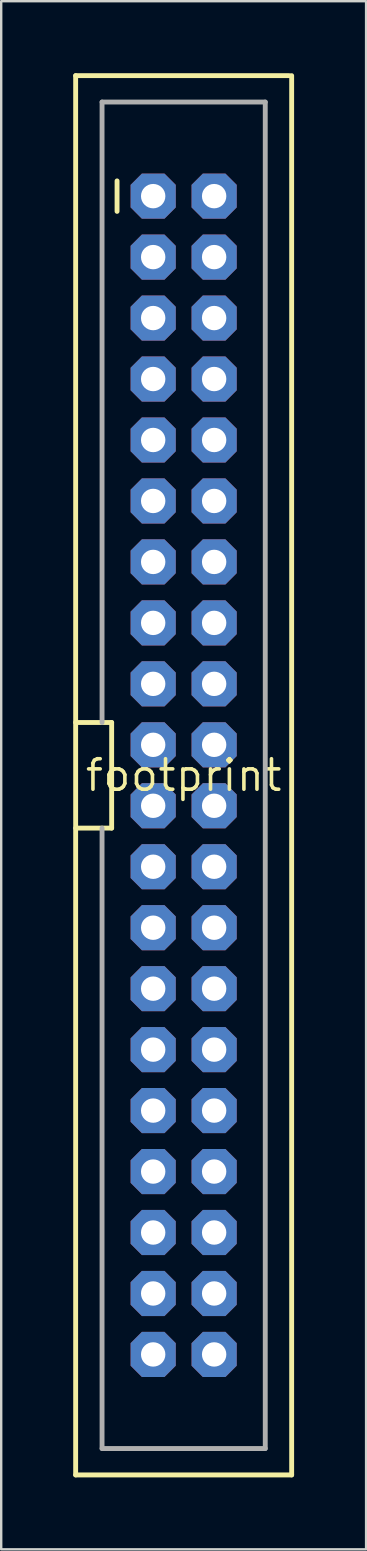
<source format=kicad_pcb>
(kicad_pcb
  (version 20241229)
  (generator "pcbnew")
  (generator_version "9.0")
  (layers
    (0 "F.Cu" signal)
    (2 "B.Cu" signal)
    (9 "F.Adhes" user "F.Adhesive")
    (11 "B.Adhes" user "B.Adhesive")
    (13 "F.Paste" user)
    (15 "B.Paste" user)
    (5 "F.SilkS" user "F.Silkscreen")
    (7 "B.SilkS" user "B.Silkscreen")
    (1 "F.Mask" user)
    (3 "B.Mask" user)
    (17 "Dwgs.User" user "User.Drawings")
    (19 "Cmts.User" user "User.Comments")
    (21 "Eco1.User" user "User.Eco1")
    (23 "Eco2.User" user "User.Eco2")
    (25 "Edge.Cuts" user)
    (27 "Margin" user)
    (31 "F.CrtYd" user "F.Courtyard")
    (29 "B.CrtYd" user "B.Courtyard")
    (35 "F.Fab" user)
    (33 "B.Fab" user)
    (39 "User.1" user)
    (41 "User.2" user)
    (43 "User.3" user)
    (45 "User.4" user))
  (footprint "footprint"
    (layer "F.Cu")
    (at 4.602 29.252)
    (property "Reference" "footprint" (at 0 0 0) (layer "F.SilkS") (effects (font (size 1.27 1.27) (thickness 0.15))))
    (fp_line (start -4.5 -29.15) (end 4.4 -29.15) (stroke (width 0.203) (type solid)) (layer "F.SilkS"))
    (fp_line (start -4.5 -2.2) (end -3 -2.2) (stroke (width 0.203) (type solid)) (layer "F.SilkS"))
    (fp_line (start -4.5 29.15) (end -4.5 -29.15) (stroke (width 0.203) (type solid)) (layer "F.SilkS"))
    (fp_line (start -3 -2.2) (end -3 2.2) (stroke (width 0.203) (type solid)) (layer "F.SilkS"))
    (fp_line (start -3 2.2) (end -4.5 2.2) (stroke (width 0.203) (type solid)) (layer "F.SilkS"))
    (fp_line (start -2.775 -24.765) (end -2.775 -23.495) (stroke (width 0.203) (type solid)) (layer "F.SilkS"))
    (fp_line (start 4.5 -29.15) (end 4.5 29.15) (stroke (width 0.203) (type solid)) (layer "F.SilkS"))
    (fp_line (start 4.5 29.15) (end -4.5 29.15) (stroke (width 0.203) (type solid)) (layer "F.SilkS"))
    (fp_line (start -3.4 -28.05) (end -3.4 -2.2) (stroke (width 0.203) (type solid)) (layer "F.Fab"))
    (fp_line (start -3.4 -28.05) (end 3.4 -28.05) (stroke (width 0.203) (type solid)) (layer "F.Fab"))
    (fp_line (start -3.4 28.05) (end -3.4 2.2) (stroke (width 0.203) (type solid)) (layer "F.Fab"))
    (fp_line (start -3.4 28.05) (end 3.4 28.05) (stroke (width 0.203) (type solid)) (layer "F.Fab"))
    (fp_line (start 3.4 -28.05) (end 3.4 28.05) (stroke (width 0.203) (type solid)) (layer "F.Fab"))
    (fp_poly (pts (xy -1.524 -23.876) (xy -1.016 -23.876) (xy -1.016 -24.384) (xy -1.524 -24.384)) (stroke (width 0.1) (type solid)) (fill no) (layer "F.Fab"))
    (fp_poly (pts (xy -1.524 -21.336) (xy -1.016 -21.336) (xy -1.016 -21.844) (xy -1.524 -21.844)) (stroke (width 0.1) (type solid)) (fill no) (layer "F.Fab"))
    (fp_poly (pts (xy -1.524 -18.796) (xy -1.016 -18.796) (xy -1.016 -19.304) (xy -1.524 -19.304)) (stroke (width 0.1) (type solid)) (fill no) (layer "F.Fab"))
    (fp_poly (pts (xy -1.524 -16.256) (xy -1.016 -16.256) (xy -1.016 -16.764) (xy -1.524 -16.764)) (stroke (width 0.1) (type solid)) (fill no) (layer "F.Fab"))
    (fp_poly (pts (xy -1.524 -16.256) (xy -1.016 -16.256) (xy -1.016 -16.764) (xy -1.524 -16.764)) (stroke (width 0.1) (type solid)) (fill no) (layer "F.Fab"))
    (fp_poly (pts (xy -1.524 -13.716) (xy -1.016 -13.716) (xy -1.016 -14.224) (xy -1.524 -14.224)) (stroke (width 0.1) (type solid)) (fill no) (layer "F.Fab"))
    (fp_poly (pts (xy -1.524 -11.176) (xy -1.016 -11.176) (xy -1.016 -11.684) (xy -1.524 -11.684)) (stroke (width 0.1) (type solid)) (fill no) (layer "F.Fab"))
    (fp_poly (pts (xy -1.524 -8.636) (xy -1.016 -8.636) (xy -1.016 -9.144) (xy -1.524 -9.144)) (stroke (width 0.1) (type solid)) (fill no) (layer "F.Fab"))
    (fp_poly (pts (xy -1.524 -6.096) (xy -1.016 -6.096) (xy -1.016 -6.604) (xy -1.524 -6.604)) (stroke (width 0.1) (type solid)) (fill no) (layer "F.Fab"))
    (fp_poly (pts (xy -1.524 -3.556) (xy -1.016 -3.556) (xy -1.016 -4.064) (xy -1.524 -4.064)) (stroke (width 0.1) (type solid)) (fill no) (layer "F.Fab"))
    (fp_poly (pts (xy -1.524 -3.556) (xy -1.016 -3.556) (xy -1.016 -4.064) (xy -1.524 -4.064)) (stroke (width 0.1) (type solid)) (fill no) (layer "F.Fab"))
    (fp_poly (pts (xy -1.524 -1.016) (xy -1.016 -1.016) (xy -1.016 -1.524) (xy -1.524 -1.524)) (stroke (width 0.1) (type solid)) (fill no) (layer "F.Fab"))
    (fp_poly (pts (xy -1.524 1.524) (xy -1.016 1.524) (xy -1.016 1.016) (xy -1.524 1.016)) (stroke (width 0.1) (type solid)) (fill no) (layer "F.Fab"))
    (fp_poly (pts (xy -1.524 4.064) (xy -1.016 4.064) (xy -1.016 3.556) (xy -1.524 3.556)) (stroke (width 0.1) (type solid)) (fill no) (layer "F.Fab"))
    (fp_poly (pts (xy -1.524 4.064) (xy -1.016 4.064) (xy -1.016 3.556) (xy -1.524 3.556)) (stroke (width 0.1) (type solid)) (fill no) (layer "F.Fab"))
    (fp_poly (pts (xy -1.524 6.604) (xy -1.016 6.604) (xy -1.016 6.096) (xy -1.524 6.096)) (stroke (width 0.1) (type solid)) (fill no) (layer "F.Fab"))
    (fp_poly (pts (xy -1.524 9.144) (xy -1.016 9.144) (xy -1.016 8.636) (xy -1.524 8.636)) (stroke (width 0.1) (type solid)) (fill no) (layer "F.Fab"))
    (fp_poly (pts (xy -1.524 11.684) (xy -1.016 11.684) (xy -1.016 11.176) (xy -1.524 11.176)) (stroke (width 0.1) (type solid)) (fill no) (layer "F.Fab"))
    (fp_poly (pts (xy -1.524 14.224) (xy -1.016 14.224) (xy -1.016 13.716) (xy -1.524 13.716)) (stroke (width 0.1) (type solid)) (fill no) (layer "F.Fab"))
    (fp_poly (pts (xy -1.524 16.764) (xy -1.016 16.764) (xy -1.016 16.256) (xy -1.524 16.256)) (stroke (width 0.1) (type solid)) (fill no) (layer "F.Fab"))
    (fp_poly (pts (xy -1.524 19.304) (xy -1.016 19.304) (xy -1.016 18.796) (xy -1.524 18.796)) (stroke (width 0.1) (type solid)) (fill no) (layer "F.Fab"))
    (fp_poly (pts (xy -1.524 21.844) (xy -1.016 21.844) (xy -1.016 21.336) (xy -1.524 21.336)) (stroke (width 0.1) (type solid)) (fill no) (layer "F.Fab"))
    (fp_poly (pts (xy -1.524 24.384) (xy -1.016 24.384) (xy -1.016 23.876) (xy -1.524 23.876)) (stroke (width 0.1) (type solid)) (fill no) (layer "F.Fab"))
    (fp_poly (pts (xy 1.016 -23.876) (xy 1.524 -23.876) (xy 1.524 -24.384) (xy 1.016 -24.384)) (stroke (width 0.1) (type solid)) (fill no) (layer "F.Fab"))
    (fp_poly (pts (xy 1.016 -21.336) (xy 1.524 -21.336) (xy 1.524 -21.844) (xy 1.016 -21.844)) (stroke (width 0.1) (type solid)) (fill no) (layer "F.Fab"))
    (fp_poly (pts (xy 1.016 -18.796) (xy 1.524 -18.796) (xy 1.524 -19.304) (xy 1.016 -19.304)) (stroke (width 0.1) (type solid)) (fill no) (layer "F.Fab"))
    (fp_poly (pts (xy 1.016 -16.256) (xy 1.524 -16.256) (xy 1.524 -16.764) (xy 1.016 -16.764)) (stroke (width 0.1) (type solid)) (fill no) (layer "F.Fab"))
    (fp_poly (pts (xy 1.016 -16.256) (xy 1.524 -16.256) (xy 1.524 -16.764) (xy 1.016 -16.764)) (stroke (width 0.1) (type solid)) (fill no) (layer "F.Fab"))
    (fp_poly (pts (xy 1.016 -13.716) (xy 1.524 -13.716) (xy 1.524 -14.224) (xy 1.016 -14.224)) (stroke (width 0.1) (type solid)) (fill no) (layer "F.Fab"))
    (fp_poly (pts (xy 1.016 -11.176) (xy 1.524 -11.176) (xy 1.524 -11.684) (xy 1.016 -11.684)) (stroke (width 0.1) (type solid)) (fill no) (layer "F.Fab"))
    (fp_poly (pts (xy 1.016 -8.636) (xy 1.524 -8.636) (xy 1.524 -9.144) (xy 1.016 -9.144)) (stroke (width 0.1) (type solid)) (fill no) (layer "F.Fab"))
    (fp_poly (pts (xy 1.016 -6.096) (xy 1.524 -6.096) (xy 1.524 -6.604) (xy 1.016 -6.604)) (stroke (width 0.1) (type solid)) (fill no) (layer "F.Fab"))
    (fp_poly (pts (xy 1.016 -3.556) (xy 1.524 -3.556) (xy 1.524 -4.064) (xy 1.016 -4.064)) (stroke (width 0.1) (type solid)) (fill no) (layer "F.Fab"))
    (fp_poly (pts (xy 1.016 -3.556) (xy 1.524 -3.556) (xy 1.524 -4.064) (xy 1.016 -4.064)) (stroke (width 0.1) (type solid)) (fill no) (layer "F.Fab"))
    (fp_poly (pts (xy 1.016 -1.016) (xy 1.524 -1.016) (xy 1.524 -1.524) (xy 1.016 -1.524)) (stroke (width 0.1) (type solid)) (fill no) (layer "F.Fab"))
    (fp_poly (pts (xy 1.016 1.524) (xy 1.524 1.524) (xy 1.524 1.016) (xy 1.016 1.016)) (stroke (width 0.1) (type solid)) (fill no) (layer "F.Fab"))
    (fp_poly (pts (xy 1.016 4.064) (xy 1.524 4.064) (xy 1.524 3.556) (xy 1.016 3.556)) (stroke (width 0.1) (type solid)) (fill no) (layer "F.Fab"))
    (fp_poly (pts (xy 1.016 4.064) (xy 1.524 4.064) (xy 1.524 3.556) (xy 1.016 3.556)) (stroke (width 0.1) (type solid)) (fill no) (layer "F.Fab"))
    (fp_poly (pts (xy 1.016 6.604) (xy 1.524 6.604) (xy 1.524 6.096) (xy 1.016 6.096)) (stroke (width 0.1) (type solid)) (fill no) (layer "F.Fab"))
    (fp_poly (pts (xy 1.016 9.144) (xy 1.524 9.144) (xy 1.524 8.636) (xy 1.016 8.636)) (stroke (width 0.1) (type solid)) (fill no) (layer "F.Fab"))
    (fp_poly (pts (xy 1.016 11.684) (xy 1.524 11.684) (xy 1.524 11.176) (xy 1.016 11.176)) (stroke (width 0.1) (type solid)) (fill no) (layer "F.Fab"))
    (fp_poly (pts (xy 1.016 14.224) (xy 1.524 14.224) (xy 1.524 13.716) (xy 1.016 13.716)) (stroke (width 0.1) (type solid)) (fill no) (layer "F.Fab"))
    (fp_poly (pts (xy 1.016 16.764) (xy 1.524 16.764) (xy 1.524 16.256) (xy 1.016 16.256)) (stroke (width 0.1) (type solid)) (fill no) (layer "F.Fab"))
    (fp_poly (pts (xy 1.016 19.304) (xy 1.524 19.304) (xy 1.524 18.796) (xy 1.016 18.796)) (stroke (width 0.1) (type solid)) (fill no) (layer "F.Fab"))
    (fp_poly (pts (xy 1.016 21.844) (xy 1.524 21.844) (xy 1.524 21.336) (xy 1.016 21.336)) (stroke (width 0.1) (type solid)) (fill no) (layer "F.Fab"))
    (fp_poly (pts (xy 1.016 24.384) (xy 1.524 24.384) (xy 1.524 23.876) (xy 1.016 23.876)) (stroke (width 0.1) (type solid)) (fill no) (layer "F.Fab"))
    (pad "1" thru_hole roundrect (at -1.27 -24.13 270) (size 1.88 1.88) (drill 1.016) (layers "*.Cu" "*.Mask") (roundrect_rratio 0.25) (chamfer_ratio 0.25) (chamfer top_left top_right bottom_left bottom_right))
    (pad "2" thru_hole roundrect (at 1.27 -24.13 270) (size 1.88 1.88) (drill 1.016) (layers "*.Cu" "*.Mask") (roundrect_rratio 0.25) (chamfer_ratio 0.25) (chamfer top_left top_right bottom_left bottom_right))
    (pad "3" thru_hole roundrect (at -1.27 -21.59 270) (size 1.88 1.88) (drill 1.016) (layers "*.Cu" "*.Mask") (roundrect_rratio 0.25) (chamfer_ratio 0.25) (chamfer top_left top_right bottom_left bottom_right))
    (pad "4" thru_hole roundrect (at 1.27 -21.59 270) (size 1.88 1.88) (drill 1.016) (layers "*.Cu" "*.Mask") (roundrect_rratio 0.25) (chamfer_ratio 0.25) (chamfer top_left top_right bottom_left bottom_right))
    (pad "5" thru_hole roundrect (at -1.27 -19.05 270) (size 1.88 1.88) (drill 1.016) (layers "*.Cu" "*.Mask") (roundrect_rratio 0.25) (chamfer_ratio 0.25) (chamfer top_left top_right bottom_left bottom_right))
    (pad "6" thru_hole roundrect (at 1.27 -19.05 270) (size 1.88 1.88) (drill 1.016) (layers "*.Cu" "*.Mask") (roundrect_rratio 0.25) (chamfer_ratio 0.25) (chamfer top_left top_right bottom_left bottom_right))
    (pad "7" thru_hole roundrect (at -1.27 -16.51 270) (size 1.88 1.88) (drill 1.016) (layers "*.Cu" "*.Mask") (roundrect_rratio 0.25) (chamfer_ratio 0.25) (chamfer top_left top_right bottom_left bottom_right))
    (pad "8" thru_hole roundrect (at 1.27 -16.51 270) (size 1.88 1.88) (drill 1.016) (layers "*.Cu" "*.Mask") (roundrect_rratio 0.25) (chamfer_ratio 0.25) (chamfer top_left top_right bottom_left bottom_right))
    (pad "9" thru_hole roundrect (at -1.27 -13.97 270) (size 1.88 1.88) (drill 1.016) (layers "*.Cu" "*.Mask") (roundrect_rratio 0.25) (chamfer_ratio 0.25) (chamfer top_left top_right bottom_left bottom_right))
    (pad "10" thru_hole roundrect (at 1.27 -13.97 270) (size 1.88 1.88) (drill 1.016) (layers "*.Cu" "*.Mask") (roundrect_rratio 0.25) (chamfer_ratio 0.25) (chamfer top_left top_right bottom_left bottom_right))
    (pad "11" thru_hole roundrect (at -1.27 -11.43 270) (size 1.88 1.88) (drill 1.016) (layers "*.Cu" "*.Mask") (roundrect_rratio 0.25) (chamfer_ratio 0.25) (chamfer top_left top_right bottom_left bottom_right))
    (pad "12" thru_hole roundrect (at 1.27 -11.43 270) (size 1.88 1.88) (drill 1.016) (layers "*.Cu" "*.Mask") (roundrect_rratio 0.25) (chamfer_ratio 0.25) (chamfer top_left top_right bottom_left bottom_right))
    (pad "13" thru_hole roundrect (at -1.27 -8.89 270) (size 1.88 1.88) (drill 1.016) (layers "*.Cu" "*.Mask") (roundrect_rratio 0.25) (chamfer_ratio 0.25) (chamfer top_left top_right bottom_left bottom_right))
    (pad "14" thru_hole roundrect (at 1.27 -8.89 270) (size 1.88 1.88) (drill 1.016) (layers "*.Cu" "*.Mask") (roundrect_rratio 0.25) (chamfer_ratio 0.25) (chamfer top_left top_right bottom_left bottom_right))
    (pad "15" thru_hole roundrect (at -1.27 -6.35 270) (size 1.88 1.88) (drill 1.016) (layers "*.Cu" "*.Mask") (roundrect_rratio 0.25) (chamfer_ratio 0.25) (chamfer top_left top_right bottom_left bottom_right))
    (pad "16" thru_hole roundrect (at 1.27 -6.35 270) (size 1.88 1.88) (drill 1.016) (layers "*.Cu" "*.Mask") (roundrect_rratio 0.25) (chamfer_ratio 0.25) (chamfer top_left top_right bottom_left bottom_right))
    (pad "17" thru_hole roundrect (at -1.27 -3.81 270) (size 1.88 1.88) (drill 1.016) (layers "*.Cu" "*.Mask") (roundrect_rratio 0.25) (chamfer_ratio 0.25) (chamfer top_left top_right bottom_left bottom_right))
    (pad "18" thru_hole roundrect (at 1.27 -3.81 270) (size 1.88 1.88) (drill 1.016) (layers "*.Cu" "*.Mask") (roundrect_rratio 0.25) (chamfer_ratio 0.25) (chamfer top_left top_right bottom_left bottom_right))
    (pad "19" thru_hole roundrect (at -1.27 -1.27 270) (size 1.88 1.88) (drill 1.016) (layers "*.Cu" "*.Mask") (roundrect_rratio 0.25) (chamfer_ratio 0.25) (chamfer top_left top_right bottom_left bottom_right))
    (pad "20" thru_hole roundrect (at 1.27 -1.27 270) (size 1.88 1.88) (drill 1.016) (layers "*.Cu" "*.Mask") (roundrect_rratio 0.25) (chamfer_ratio 0.25) (chamfer top_left top_right bottom_left bottom_right))
    (pad "21" thru_hole roundrect (at -1.27 1.27 270) (size 1.88 1.88) (drill 1.016) (layers "*.Cu" "*.Mask") (roundrect_rratio 0.25) (chamfer_ratio 0.25) (chamfer top_left top_right bottom_left bottom_right))
    (pad "22" thru_hole roundrect (at 1.27 1.27 270) (size 1.88 1.88) (drill 1.016) (layers "*.Cu" "*.Mask") (roundrect_rratio 0.25) (chamfer_ratio 0.25) (chamfer top_left top_right bottom_left bottom_right))
    (pad "23" thru_hole roundrect (at -1.27 3.81 270) (size 1.88 1.88) (drill 1.016) (layers "*.Cu" "*.Mask") (roundrect_rratio 0.25) (chamfer_ratio 0.25) (chamfer top_left top_right bottom_left bottom_right))
    (pad "24" thru_hole roundrect (at 1.27 3.81 270) (size 1.88 1.88) (drill 1.016) (layers "*.Cu" "*.Mask") (roundrect_rratio 0.25) (chamfer_ratio 0.25) (chamfer top_left top_right bottom_left bottom_right))
    (pad "25" thru_hole roundrect (at -1.27 6.35 270) (size 1.88 1.88) (drill 1.016) (layers "*.Cu" "*.Mask") (roundrect_rratio 0.25) (chamfer_ratio 0.25) (chamfer top_left top_right bottom_left bottom_right))
    (pad "26" thru_hole roundrect (at 1.27 6.35 270) (size 1.88 1.88) (drill 1.016) (layers "*.Cu" "*.Mask") (roundrect_rratio 0.25) (chamfer_ratio 0.25) (chamfer top_left top_right bottom_left bottom_right))
    (pad "27" thru_hole roundrect (at -1.27 8.89 270) (size 1.88 1.88) (drill 1.016) (layers "*.Cu" "*.Mask") (roundrect_rratio 0.25) (chamfer_ratio 0.25) (chamfer top_left top_right bottom_left bottom_right))
    (pad "28" thru_hole roundrect (at 1.27 8.89 270) (size 1.88 1.88) (drill 1.016) (layers "*.Cu" "*.Mask") (roundrect_rratio 0.25) (chamfer_ratio 0.25) (chamfer top_left top_right bottom_left bottom_right))
    (pad "29" thru_hole roundrect (at -1.27 11.43 270) (size 1.88 1.88) (drill 1.016) (layers "*.Cu" "*.Mask") (roundrect_rratio 0.25) (chamfer_ratio 0.25) (chamfer top_left top_right bottom_left bottom_right))
    (pad "30" thru_hole roundrect (at 1.27 11.43 270) (size 1.88 1.88) (drill 1.016) (layers "*.Cu" "*.Mask") (roundrect_rratio 0.25) (chamfer_ratio 0.25) (chamfer top_left top_right bottom_left bottom_right))
    (pad "31" thru_hole roundrect (at -1.27 13.97 270) (size 1.88 1.88) (drill 1.016) (layers "*.Cu" "*.Mask") (roundrect_rratio 0.25) (chamfer_ratio 0.25) (chamfer top_left top_right bottom_left bottom_right))
    (pad "32" thru_hole roundrect (at 1.27 13.97 270) (size 1.88 1.88) (drill 1.016) (layers "*.Cu" "*.Mask") (roundrect_rratio 0.25) (chamfer_ratio 0.25) (chamfer top_left top_right bottom_left bottom_right))
    (pad "33" thru_hole roundrect (at -1.27 16.51 270) (size 1.88 1.88) (drill 1.016) (layers "*.Cu" "*.Mask") (roundrect_rratio 0.25) (chamfer_ratio 0.25) (chamfer top_left top_right bottom_left bottom_right))
    (pad "34" thru_hole roundrect (at 1.27 16.51 270) (size 1.88 1.88) (drill 1.016) (layers "*.Cu" "*.Mask") (roundrect_rratio 0.25) (chamfer_ratio 0.25) (chamfer top_left top_right bottom_left bottom_right))
    (pad "35" thru_hole roundrect (at -1.27 19.05 270) (size 1.88 1.88) (drill 1.016) (layers "*.Cu" "*.Mask") (roundrect_rratio 0.25) (chamfer_ratio 0.25) (chamfer top_left top_right bottom_left bottom_right))
    (pad "36" thru_hole roundrect (at 1.27 19.05 270) (size 1.88 1.88) (drill 1.016) (layers "*.Cu" "*.Mask") (roundrect_rratio 0.25) (chamfer_ratio 0.25) (chamfer top_left top_right bottom_left bottom_right))
    (pad "37" thru_hole roundrect (at -1.27 21.59 270) (size 1.88 1.88) (drill 1.016) (layers "*.Cu" "*.Mask") (roundrect_rratio 0.25) (chamfer_ratio 0.25) (chamfer top_left top_right bottom_left bottom_right))
    (pad "38" thru_hole roundrect (at 1.27 21.59 270) (size 1.88 1.88) (drill 1.016) (layers "*.Cu" "*.Mask") (roundrect_rratio 0.25) (chamfer_ratio 0.25) (chamfer top_left top_right bottom_left bottom_right))
    (pad "39" thru_hole roundrect (at -1.27 24.13 270) (size 1.88 1.88) (drill 1.016) (layers "*.Cu" "*.Mask") (roundrect_rratio 0.25) (chamfer_ratio 0.25) (chamfer top_left top_right bottom_left bottom_right))
    (pad "40" thru_hole roundrect (at 1.27 24.13 270) (size 1.88 1.88) (drill 1.016) (layers "*.Cu" "*.Mask") (roundrect_rratio 0.25) (chamfer_ratio 0.25) (chamfer top_left top_right bottom_left bottom_right)))
  (gr_rect
    (start -3 -3)
    (end 12.203 61.503)
    (stroke (width 0.1) (type default))
    (fill no)
    (layer "Edge.Cuts")))
</source>
